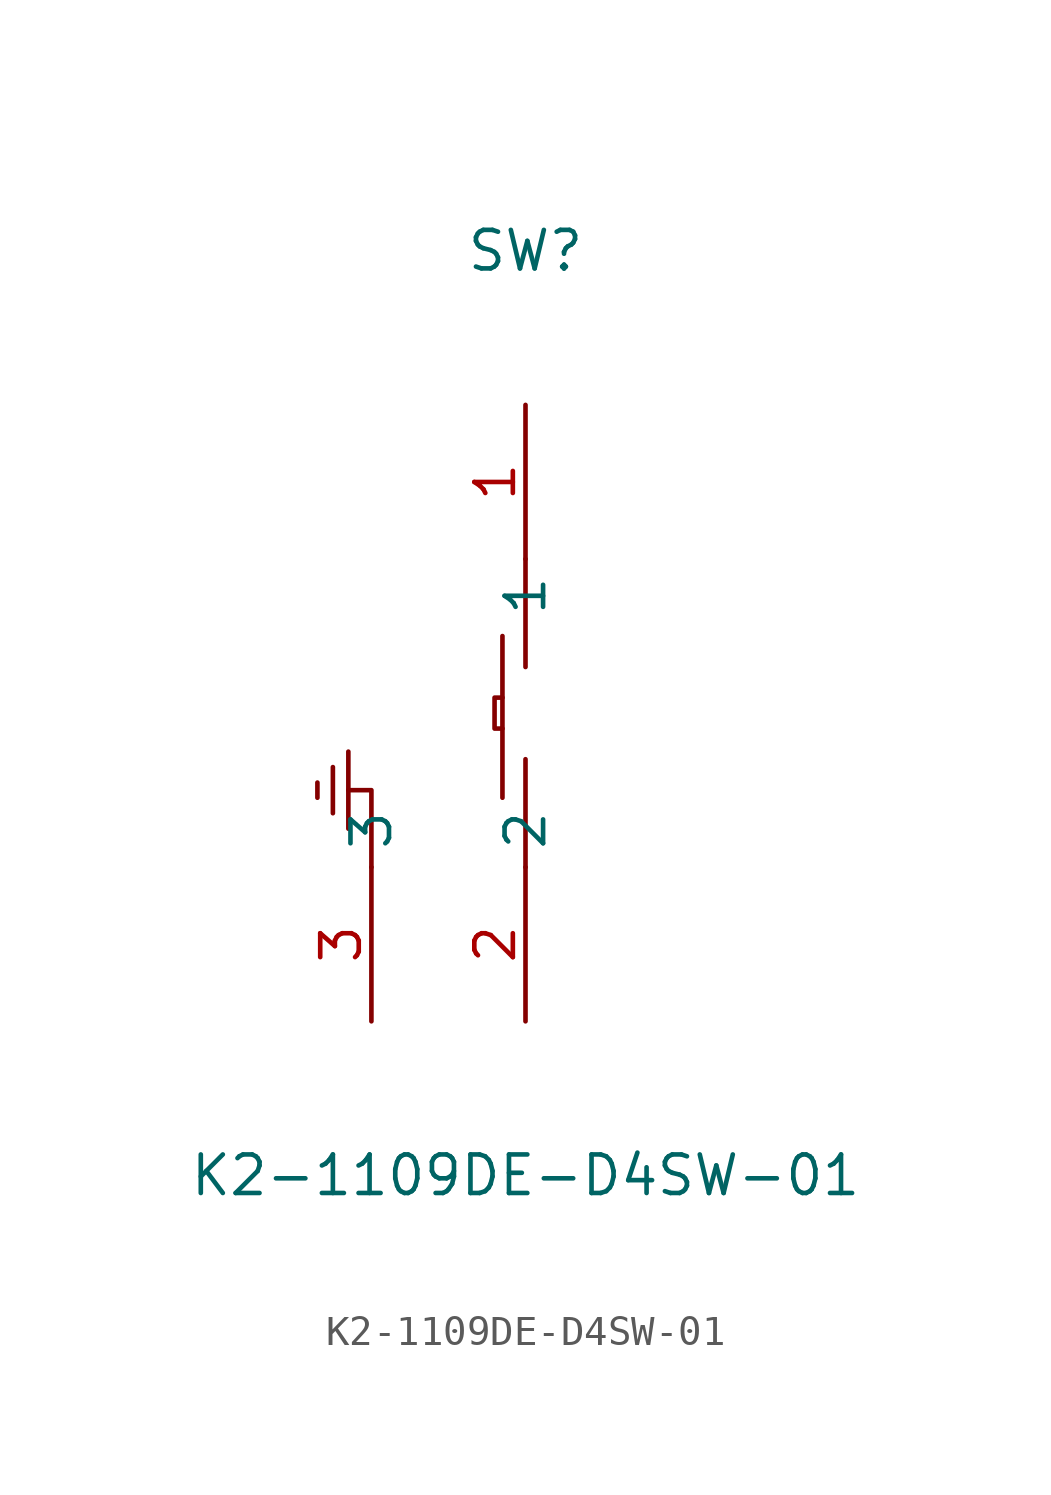
<source format=kicad_sym>
(kicad_symbol_lib
  (version 20211014)
  (generator https://github.com/uPesy/easyeda2kicad.py)
  (symbol "K2-1109DE-D4SW-01"
    (property "Reference" "SW"
      (at 0 15.24 0)
      (effects (font (size 1.27 1.27))))
    (property "Value" "K2-1109DE-D4SW-01"
      (at 0 -15.24 0)
      (effects (font (size 1.27 1.27))))
    (symbol "K2-1109DE-D4SW-01_0_1"
      (polyline (pts (xy -6.86 -2.29) (xy -6.86 -2.79)) (stroke (width 0) (type default) (color 0 0 0 0)) (fill (type none)))
      (polyline (pts (xy -6.35 -1.78) (xy -6.35 -3.30)) (stroke (width 0) (type default) (color 0 0 0 0)) (fill (type none)))
      (polyline (pts (xy -5.84 -1.27) (xy -5.84 -3.81)) (stroke (width 0) (type default) (color 0 0 0 0)) (fill (type none)))
      (polyline (pts (xy -5.08 -5.08) (xy -5.08 -2.54) (xy -5.84 -2.54)) (stroke (width 0) (type default) (color 0 0 0 0)) (fill (type none)))
      (polyline (pts (xy -0.76 -0.51) (xy -1.02 -0.51) (xy -1.02 0.51) (xy -0.76 0.51)) (stroke (width 0) (type default) (color 0 0 0 0)) (fill (type none)))
      (polyline (pts (xy -0.76 -2.79) (xy -0.76 2.54)) (stroke (width 0) (type default) (color 0 0 0 0)) (fill (type none)))
      (polyline (pts (xy 0.00 -5.08) (xy 0.00 -1.52)) (stroke (width 0) (type default) (color 0 0 0 0)) (fill (type none)))
      (polyline (pts (xy 0.00 1.52) (xy 0.00 5.08)) (stroke (width 0) (type default) (color 0 0 0 0)) (fill (type none)))
      (pin unspecified line (at -5.08 -10.16 90) (length 5.08) (name "3" (effects (font (size 1.27 1.27)))) (number "3" (effects (font (size 1.27 1.27)))))
      (pin unspecified line (at 0.00 -10.16 90) (length 5.08) (name "2" (effects (font (size 1.27 1.27)))) (number "2" (effects (font (size 1.27 1.27)))))
      (pin unspecified line (at 0.00 10.16 270) (length 5.08) (name "1" (effects (font (size 1.27 1.27)))) (number "1" (effects (font (size 1.27 1.27))))))))
</source>
